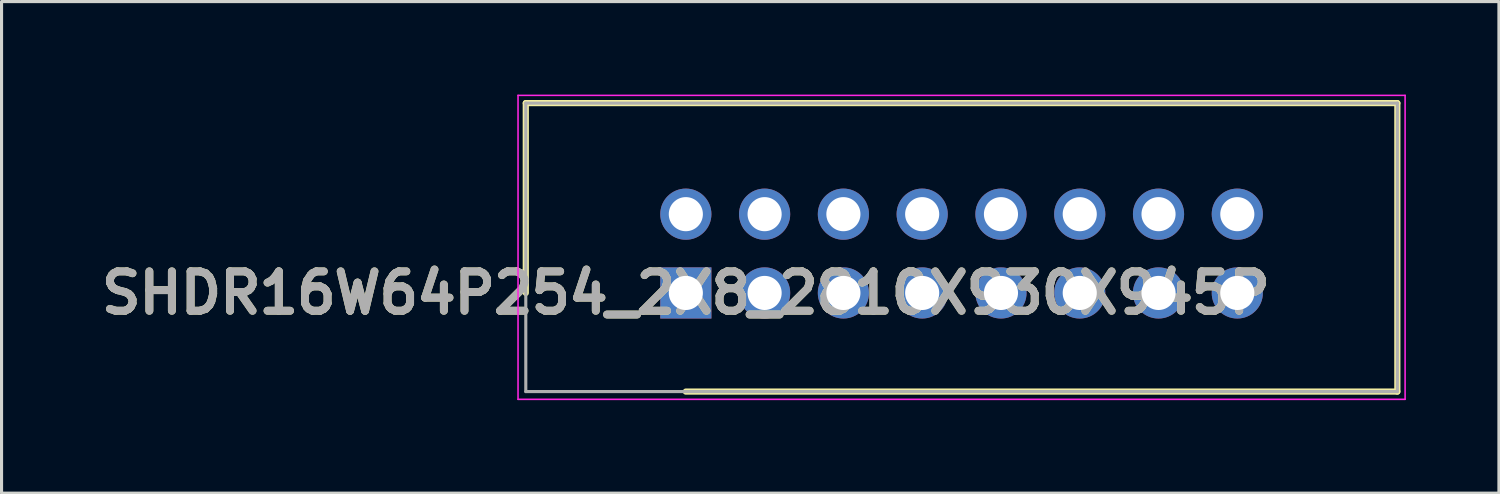
<source format=kicad_pcb>
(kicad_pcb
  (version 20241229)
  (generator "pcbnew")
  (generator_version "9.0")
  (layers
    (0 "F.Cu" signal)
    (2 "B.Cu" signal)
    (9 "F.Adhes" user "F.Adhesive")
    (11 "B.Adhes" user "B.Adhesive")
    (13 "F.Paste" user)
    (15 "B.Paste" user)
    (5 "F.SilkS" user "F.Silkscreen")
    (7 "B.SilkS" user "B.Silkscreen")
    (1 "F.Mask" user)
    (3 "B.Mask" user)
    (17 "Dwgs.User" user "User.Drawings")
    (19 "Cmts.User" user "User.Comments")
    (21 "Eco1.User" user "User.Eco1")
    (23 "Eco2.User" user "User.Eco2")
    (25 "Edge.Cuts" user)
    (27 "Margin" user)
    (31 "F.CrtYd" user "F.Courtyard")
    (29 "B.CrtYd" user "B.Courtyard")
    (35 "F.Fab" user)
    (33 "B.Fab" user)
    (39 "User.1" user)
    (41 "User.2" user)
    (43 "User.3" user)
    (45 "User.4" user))
  (footprint "SHDR16W64P254_2X8_2810X930X945P"
    (layer "F.Cu")
    (at 19.062 6.395)
    (property "Reference" "SHDR16W64P254_2X8_2810X930X945P" (at 0 0 0) (layer "F.SilkS") (effects (font (size 1.27 1.27) (thickness 0.254))))
    (attr through_hole)
    (fp_line (start -5.16 -6.12) (end -5.16 0) (stroke (width 0.2) (type solid)) (layer "F.SilkS"))
    (fp_line (start 0 3.18) (end 22.94 3.18) (stroke (width 0.2) (type solid)) (layer "F.SilkS"))
    (fp_line (start 22.94 -6.12) (end -5.16 -6.12) (stroke (width 0.2) (type solid)) (layer "F.SilkS"))
    (fp_line (start 22.94 3.18) (end 22.94 -6.12) (stroke (width 0.2) (type solid)) (layer "F.SilkS"))
    (fp_line (start -5.41 -6.37) (end 23.19 -6.37) (stroke (width 0.05) (type solid)) (layer "F.CrtYd"))
    (fp_line (start -5.41 3.43) (end -5.41 -6.37) (stroke (width 0.05) (type solid)) (layer "F.CrtYd"))
    (fp_line (start 23.19 -6.37) (end 23.19 3.43) (stroke (width 0.05) (type solid)) (layer "F.CrtYd"))
    (fp_line (start 23.19 3.43) (end -5.41 3.43) (stroke (width 0.05) (type solid)) (layer "F.CrtYd"))
    (fp_line (start -5.16 -6.12) (end 22.94 -6.12) (stroke (width 0.1) (type solid)) (layer "F.Fab"))
    (fp_line (start -5.16 3.18) (end -5.16 -6.12) (stroke (width 0.1) (type solid)) (layer "F.Fab"))
    (fp_line (start 22.94 -6.12) (end 22.94 3.18) (stroke (width 0.1) (type solid)) (layer "F.Fab"))
    (fp_line (start 22.94 3.18) (end -5.16 3.18) (stroke (width 0.1) (type solid)) (layer "F.Fab"))
    (fp_text user "${REFERENCE}" (at 0 0 0) (layer "F.Fab") (effects (font (size 1.27 1.27) (thickness 0.254))))
    (pad "1" thru_hole rect (at 0 0) (size 1.65 1.65) (drill 1.1) (layers "*.Cu" "*.Mask"))
    (pad "2" thru_hole circle (at 0 -2.54) (size 1.65 1.65) (drill 1.1) (layers "*.Cu" "*.Mask"))
    (pad "3" thru_hole circle (at 2.54 0) (size 1.65 1.65) (drill 1.1) (layers "*.Cu" "*.Mask"))
    (pad "4" thru_hole circle (at 2.54 -2.54) (size 1.65 1.65) (drill 1.1) (layers "*.Cu" "*.Mask"))
    (pad "5" thru_hole circle (at 5.08 0) (size 1.65 1.65) (drill 1.1) (layers "*.Cu" "*.Mask"))
    (pad "6" thru_hole circle (at 5.08 -2.54) (size 1.65 1.65) (drill 1.1) (layers "*.Cu" "*.Mask"))
    (pad "7" thru_hole circle (at 7.62 0) (size 1.65 1.65) (drill 1.1) (layers "*.Cu" "*.Mask"))
    (pad "8" thru_hole circle (at 7.62 -2.54) (size 1.65 1.65) (drill 1.1) (layers "*.Cu" "*.Mask"))
    (pad "9" thru_hole circle (at 10.16 0) (size 1.65 1.65) (drill 1.1) (layers "*.Cu" "*.Mask"))
    (pad "10" thru_hole circle (at 10.16 -2.54) (size 1.65 1.65) (drill 1.1) (layers "*.Cu" "*.Mask"))
    (pad "11" thru_hole circle (at 12.7 0) (size 1.65 1.65) (drill 1.1) (layers "*.Cu" "*.Mask"))
    (pad "12" thru_hole circle (at 12.7 -2.54) (size 1.65 1.65) (drill 1.1) (layers "*.Cu" "*.Mask"))
    (pad "13" thru_hole circle (at 15.24 0) (size 1.65 1.65) (drill 1.1) (layers "*.Cu" "*.Mask"))
    (pad "14" thru_hole circle (at 15.24 -2.54) (size 1.65 1.65) (drill 1.1) (layers "*.Cu" "*.Mask"))
    (pad "15" thru_hole circle (at 17.78 0) (size 1.65 1.65) (drill 1.1) (layers "*.Cu" "*.Mask"))
    (pad "16" thru_hole circle (at 17.78 -2.54) (size 1.65 1.65) (drill 1.1) (layers "*.Cu" "*.Mask")))
  (gr_rect
    (start -3 -3)
    (end 45.277 12.85)
    (stroke (width 0.1) (type default))
    (fill no)
    (layer "Edge.Cuts")))
</source>
